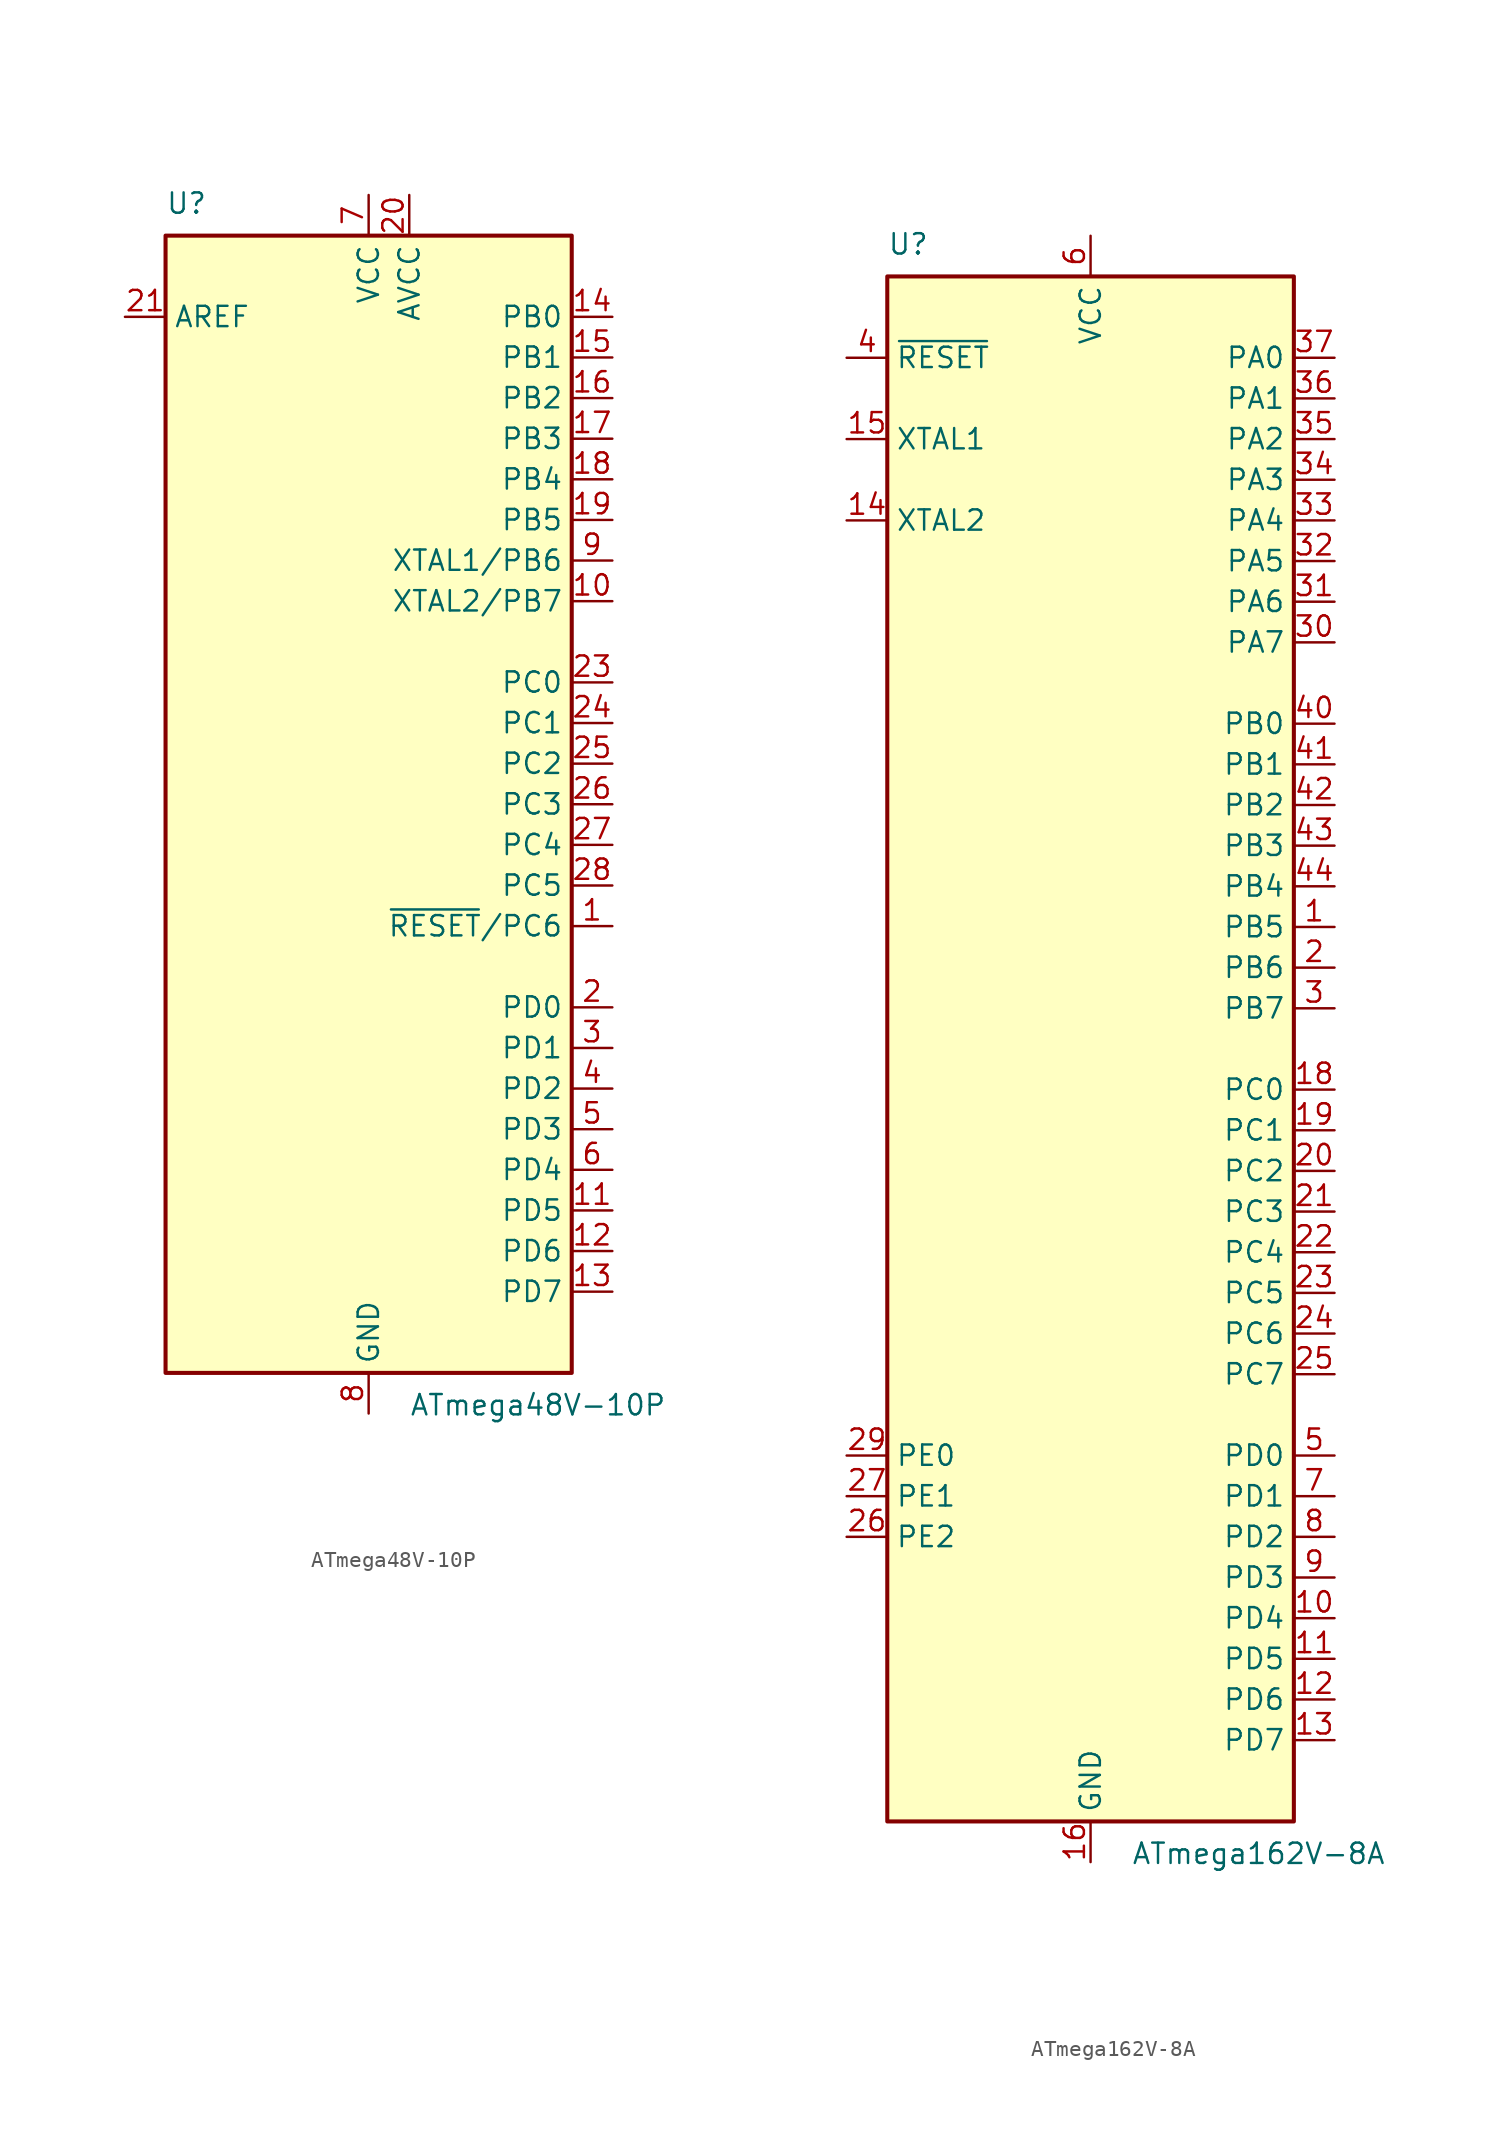
<source format=kicad_sym>
(kicad_symbol_lib
  (version 20241209)
  (generator "kicad_symbol_editor")
  (generator_version "9.0")
  (symbol "ATmega48V-10P"
    (property "Reference" "U"
      (at -12.7 36.83 0)
      (effects (font (size 1.27 1.27)) (justify left bottom)))
    (property "Value" "ATmega48V-10P"
      (at 2.54 -36.83 0)
      (effects (font (size 1.27 1.27)) (justify left top)))
    (symbol "ATmega48V-10P_0_1"
      (rectangle (start -12.7 -35.56) (end 12.7 35.56) (stroke (width 0.254) (type default)) (fill (type background))))
    (symbol "ATmega48V-10P_1_1"
      (pin passive line (at -15.24 30.48 0) (length 2.54) (name "AREF" (effects (font (size 1.27 1.27)))) (number "21" (effects (font (size 1.27 1.27)))))
      (pin power_in line (at 0 38.1 270) (length 2.54) (name "VCC" (effects (font (size 1.27 1.27)))) (number "7" (effects (font (size 1.27 1.27)))))
      (pin passive line (at 0 -38.1 90) (length 2.54) (hide yes) (name "GND" (effects (font (size 1.27 1.27)))) (number "22" (effects (font (size 1.27 1.27)))))
      (pin power_in line (at 0 -38.1 90) (length 2.54) (name "GND" (effects (font (size 1.27 1.27)))) (number "8" (effects (font (size 1.27 1.27)))))
      (pin power_in line (at 2.54 38.1 270) (length 2.54) (name "AVCC" (effects (font (size 1.27 1.27)))) (number "20" (effects (font (size 1.27 1.27)))))
      (pin bidirectional line (at 15.24 30.48 180) (length 2.54) (name "PB0" (effects (font (size 1.27 1.27)))) (number "14" (effects (font (size 1.27 1.27)))))
      (pin bidirectional line (at 15.24 27.94 180) (length 2.54) (name "PB1" (effects (font (size 1.27 1.27)))) (number "15" (effects (font (size 1.27 1.27)))))
      (pin bidirectional line (at 15.24 25.4 180) (length 2.54) (name "PB2" (effects (font (size 1.27 1.27)))) (number "16" (effects (font (size 1.27 1.27)))))
      (pin bidirectional line (at 15.24 22.86 180) (length 2.54) (name "PB3" (effects (font (size 1.27 1.27)))) (number "17" (effects (font (size 1.27 1.27)))))
      (pin bidirectional line (at 15.24 20.32 180) (length 2.54) (name "PB4" (effects (font (size 1.27 1.27)))) (number "18" (effects (font (size 1.27 1.27)))))
      (pin bidirectional line (at 15.24 17.78 180) (length 2.54) (name "PB5" (effects (font (size 1.27 1.27)))) (number "19" (effects (font (size 1.27 1.27)))))
      (pin bidirectional line (at 15.24 15.24 180) (length 2.54) (name "XTAL1/PB6" (effects (font (size 1.27 1.27)))) (number "9" (effects (font (size 1.27 1.27)))))
      (pin bidirectional line (at 15.24 12.7 180) (length 2.54) (name "XTAL2/PB7" (effects (font (size 1.27 1.27)))) (number "10" (effects (font (size 1.27 1.27)))))
      (pin bidirectional line (at 15.24 7.62 180) (length 2.54) (name "PC0" (effects (font (size 1.27 1.27)))) (number "23" (effects (font (size 1.27 1.27)))))
      (pin bidirectional line (at 15.24 5.08 180) (length 2.54) (name "PC1" (effects (font (size 1.27 1.27)))) (number "24" (effects (font (size 1.27 1.27)))))
      (pin bidirectional line (at 15.24 2.54 180) (length 2.54) (name "PC2" (effects (font (size 1.27 1.27)))) (number "25" (effects (font (size 1.27 1.27)))))
      (pin bidirectional line (at 15.24 0 180) (length 2.54) (name "PC3" (effects (font (size 1.27 1.27)))) (number "26" (effects (font (size 1.27 1.27)))))
      (pin bidirectional line (at 15.24 -2.54 180) (length 2.54) (name "PC4" (effects (font (size 1.27 1.27)))) (number "27" (effects (font (size 1.27 1.27)))))
      (pin bidirectional line (at 15.24 -5.08 180) (length 2.54) (name "PC5" (effects (font (size 1.27 1.27)))) (number "28" (effects (font (size 1.27 1.27)))))
      (pin bidirectional line (at 15.24 -7.62 180) (length 2.54) (name "~{RESET}/PC6" (effects (font (size 1.27 1.27)))) (number "1" (effects (font (size 1.27 1.27)))))
      (pin bidirectional line (at 15.24 -12.7 180) (length 2.54) (name "PD0" (effects (font (size 1.27 1.27)))) (number "2" (effects (font (size 1.27 1.27)))))
      (pin bidirectional line (at 15.24 -15.24 180) (length 2.54) (name "PD1" (effects (font (size 1.27 1.27)))) (number "3" (effects (font (size 1.27 1.27)))))
      (pin bidirectional line (at 15.24 -17.78 180) (length 2.54) (name "PD2" (effects (font (size 1.27 1.27)))) (number "4" (effects (font (size 1.27 1.27)))))
      (pin bidirectional line (at 15.24 -20.32 180) (length 2.54) (name "PD3" (effects (font (size 1.27 1.27)))) (number "5" (effects (font (size 1.27 1.27)))))
      (pin bidirectional line (at 15.24 -22.86 180) (length 2.54) (name "PD4" (effects (font (size 1.27 1.27)))) (number "6" (effects (font (size 1.27 1.27)))))
      (pin bidirectional line (at 15.24 -25.4 180) (length 2.54) (name "PD5" (effects (font (size 1.27 1.27)))) (number "11" (effects (font (size 1.27 1.27)))))
      (pin bidirectional line (at 15.24 -27.94 180) (length 2.54) (name "PD6" (effects (font (size 1.27 1.27)))) (number "12" (effects (font (size 1.27 1.27)))))
      (pin bidirectional line (at 15.24 -30.48 180) (length 2.54) (name "PD7" (effects (font (size 1.27 1.27)))) (number "13" (effects (font (size 1.27 1.27)))))))
  (symbol "ATmega162V-8A"
    (property "Reference" "U"
      (at -12.7 49.53 0)
      (effects (font (size 1.27 1.27)) (justify left bottom)))
    (property "Value" "ATmega162V-8A"
      (at 2.54 -49.53 0)
      (effects (font (size 1.27 1.27)) (justify left top)))
    (symbol "ATmega162V-8A_0_1"
      (rectangle (start -12.7 -48.26) (end 12.7 48.26) (stroke (width 0.254) (type default)) (fill (type background))))
    (symbol "ATmega162V-8A_1_1"
      (pin input line (at -15.24 43.18 0) (length 2.54) (name "~{RESET}" (effects (font (size 1.27 1.27)))) (number "4" (effects (font (size 1.27 1.27)))))
      (pin input line (at -15.24 38.1 0) (length 2.54) (name "XTAL1" (effects (font (size 1.27 1.27)))) (number "15" (effects (font (size 1.27 1.27)))))
      (pin output line (at -15.24 33.02 0) (length 2.54) (name "XTAL2" (effects (font (size 1.27 1.27)))) (number "14" (effects (font (size 1.27 1.27)))))
      (pin bidirectional line (at -15.24 -25.4 0) (length 2.54) (name "PE0" (effects (font (size 1.27 1.27)))) (number "29" (effects (font (size 1.27 1.27)))))
      (pin bidirectional line (at -15.24 -27.94 0) (length 2.54) (name "PE1" (effects (font (size 1.27 1.27)))) (number "27" (effects (font (size 1.27 1.27)))))
      (pin bidirectional line (at -15.24 -30.48 0) (length 2.54) (name "PE2" (effects (font (size 1.27 1.27)))) (number "26" (effects (font (size 1.27 1.27)))))
      (pin passive line (at 0 50.8 270) (length 2.54) (hide yes) (name "VCC" (effects (font (size 1.27 1.27)))) (number "17" (effects (font (size 1.27 1.27)))))
      (pin passive line (at 0 50.8 270) (length 2.54) (hide yes) (name "VCC" (effects (font (size 1.27 1.27)))) (number "38" (effects (font (size 1.27 1.27)))))
      (pin power_in line (at 0 50.8 270) (length 2.54) (name "VCC" (effects (font (size 1.27 1.27)))) (number "6" (effects (font (size 1.27 1.27)))))
      (pin power_in line (at 0 -50.8 90) (length 2.54) (name "GND" (effects (font (size 1.27 1.27)))) (number "16" (effects (font (size 1.27 1.27)))))
      (pin passive line (at 0 -50.8 90) (length 2.54) (hide yes) (name "GND" (effects (font (size 1.27 1.27)))) (number "28" (effects (font (size 1.27 1.27)))))
      (pin passive line (at 0 -50.8 90) (length 2.54) (hide yes) (name "GND" (effects (font (size 1.27 1.27)))) (number "39" (effects (font (size 1.27 1.27)))))
      (pin bidirectional line (at 15.24 43.18 180) (length 2.54) (name "PA0" (effects (font (size 1.27 1.27)))) (number "37" (effects (font (size 1.27 1.27)))))
      (pin bidirectional line (at 15.24 40.64 180) (length 2.54) (name "PA1" (effects (font (size 1.27 1.27)))) (number "36" (effects (font (size 1.27 1.27)))))
      (pin bidirectional line (at 15.24 38.1 180) (length 2.54) (name "PA2" (effects (font (size 1.27 1.27)))) (number "35" (effects (font (size 1.27 1.27)))))
      (pin bidirectional line (at 15.24 35.56 180) (length 2.54) (name "PA3" (effects (font (size 1.27 1.27)))) (number "34" (effects (font (size 1.27 1.27)))))
      (pin bidirectional line (at 15.24 33.02 180) (length 2.54) (name "PA4" (effects (font (size 1.27 1.27)))) (number "33" (effects (font (size 1.27 1.27)))))
      (pin bidirectional line (at 15.24 30.48 180) (length 2.54) (name "PA5" (effects (font (size 1.27 1.27)))) (number "32" (effects (font (size 1.27 1.27)))))
      (pin bidirectional line (at 15.24 27.94 180) (length 2.54) (name "PA6" (effects (font (size 1.27 1.27)))) (number "31" (effects (font (size 1.27 1.27)))))
      (pin bidirectional line (at 15.24 25.4 180) (length 2.54) (name "PA7" (effects (font (size 1.27 1.27)))) (number "30" (effects (font (size 1.27 1.27)))))
      (pin bidirectional line (at 15.24 20.32 180) (length 2.54) (name "PB0" (effects (font (size 1.27 1.27)))) (number "40" (effects (font (size 1.27 1.27)))))
      (pin bidirectional line (at 15.24 17.78 180) (length 2.54) (name "PB1" (effects (font (size 1.27 1.27)))) (number "41" (effects (font (size 1.27 1.27)))))
      (pin bidirectional line (at 15.24 15.24 180) (length 2.54) (name "PB2" (effects (font (size 1.27 1.27)))) (number "42" (effects (font (size 1.27 1.27)))))
      (pin bidirectional line (at 15.24 12.7 180) (length 2.54) (name "PB3" (effects (font (size 1.27 1.27)))) (number "43" (effects (font (size 1.27 1.27)))))
      (pin bidirectional line (at 15.24 10.16 180) (length 2.54) (name "PB4" (effects (font (size 1.27 1.27)))) (number "44" (effects (font (size 1.27 1.27)))))
      (pin bidirectional line (at 15.24 7.62 180) (length 2.54) (name "PB5" (effects (font (size 1.27 1.27)))) (number "1" (effects (font (size 1.27 1.27)))))
      (pin bidirectional line (at 15.24 5.08 180) (length 2.54) (name "PB6" (effects (font (size 1.27 1.27)))) (number "2" (effects (font (size 1.27 1.27)))))
      (pin bidirectional line (at 15.24 2.54 180) (length 2.54) (name "PB7" (effects (font (size 1.27 1.27)))) (number "3" (effects (font (size 1.27 1.27)))))
      (pin bidirectional line (at 15.24 -2.54 180) (length 2.54) (name "PC0" (effects (font (size 1.27 1.27)))) (number "18" (effects (font (size 1.27 1.27)))))
      (pin bidirectional line (at 15.24 -5.08 180) (length 2.54) (name "PC1" (effects (font (size 1.27 1.27)))) (number "19" (effects (font (size 1.27 1.27)))))
      (pin bidirectional line (at 15.24 -7.62 180) (length 2.54) (name "PC2" (effects (font (size 1.27 1.27)))) (number "20" (effects (font (size 1.27 1.27)))))
      (pin bidirectional line (at 15.24 -10.16 180) (length 2.54) (name "PC3" (effects (font (size 1.27 1.27)))) (number "21" (effects (font (size 1.27 1.27)))))
      (pin bidirectional line (at 15.24 -12.7 180) (length 2.54) (name "PC4" (effects (font (size 1.27 1.27)))) (number "22" (effects (font (size 1.27 1.27)))))
      (pin bidirectional line (at 15.24 -15.24 180) (length 2.54) (name "PC5" (effects (font (size 1.27 1.27)))) (number "23" (effects (font (size 1.27 1.27)))))
      (pin bidirectional line (at 15.24 -17.78 180) (length 2.54) (name "PC6" (effects (font (size 1.27 1.27)))) (number "24" (effects (font (size 1.27 1.27)))))
      (pin bidirectional line (at 15.24 -20.32 180) (length 2.54) (name "PC7" (effects (font (size 1.27 1.27)))) (number "25" (effects (font (size 1.27 1.27)))))
      (pin bidirectional line (at 15.24 -25.4 180) (length 2.54) (name "PD0" (effects (font (size 1.27 1.27)))) (number "5" (effects (font (size 1.27 1.27)))))
      (pin bidirectional line (at 15.24 -27.94 180) (length 2.54) (name "PD1" (effects (font (size 1.27 1.27)))) (number "7" (effects (font (size 1.27 1.27)))))
      (pin bidirectional line (at 15.24 -30.48 180) (length 2.54) (name "PD2" (effects (font (size 1.27 1.27)))) (number "8" (effects (font (size 1.27 1.27)))))
      (pin bidirectional line (at 15.24 -33.02 180) (length 2.54) (name "PD3" (effects (font (size 1.27 1.27)))) (number "9" (effects (font (size 1.27 1.27)))))
      (pin bidirectional line (at 15.24 -35.56 180) (length 2.54) (name "PD4" (effects (font (size 1.27 1.27)))) (number "10" (effects (font (size 1.27 1.27)))))
      (pin bidirectional line (at 15.24 -38.1 180) (length 2.54) (name "PD5" (effects (font (size 1.27 1.27)))) (number "11" (effects (font (size 1.27 1.27)))))
      (pin bidirectional line (at 15.24 -40.64 180) (length 2.54) (name "PD6" (effects (font (size 1.27 1.27)))) (number "12" (effects (font (size 1.27 1.27)))))
      (pin bidirectional line (at 15.24 -43.18 180) (length 2.54) (name "PD7" (effects (font (size 1.27 1.27)))) (number "13" (effects (font (size 1.27 1.27))))))))
</source>
